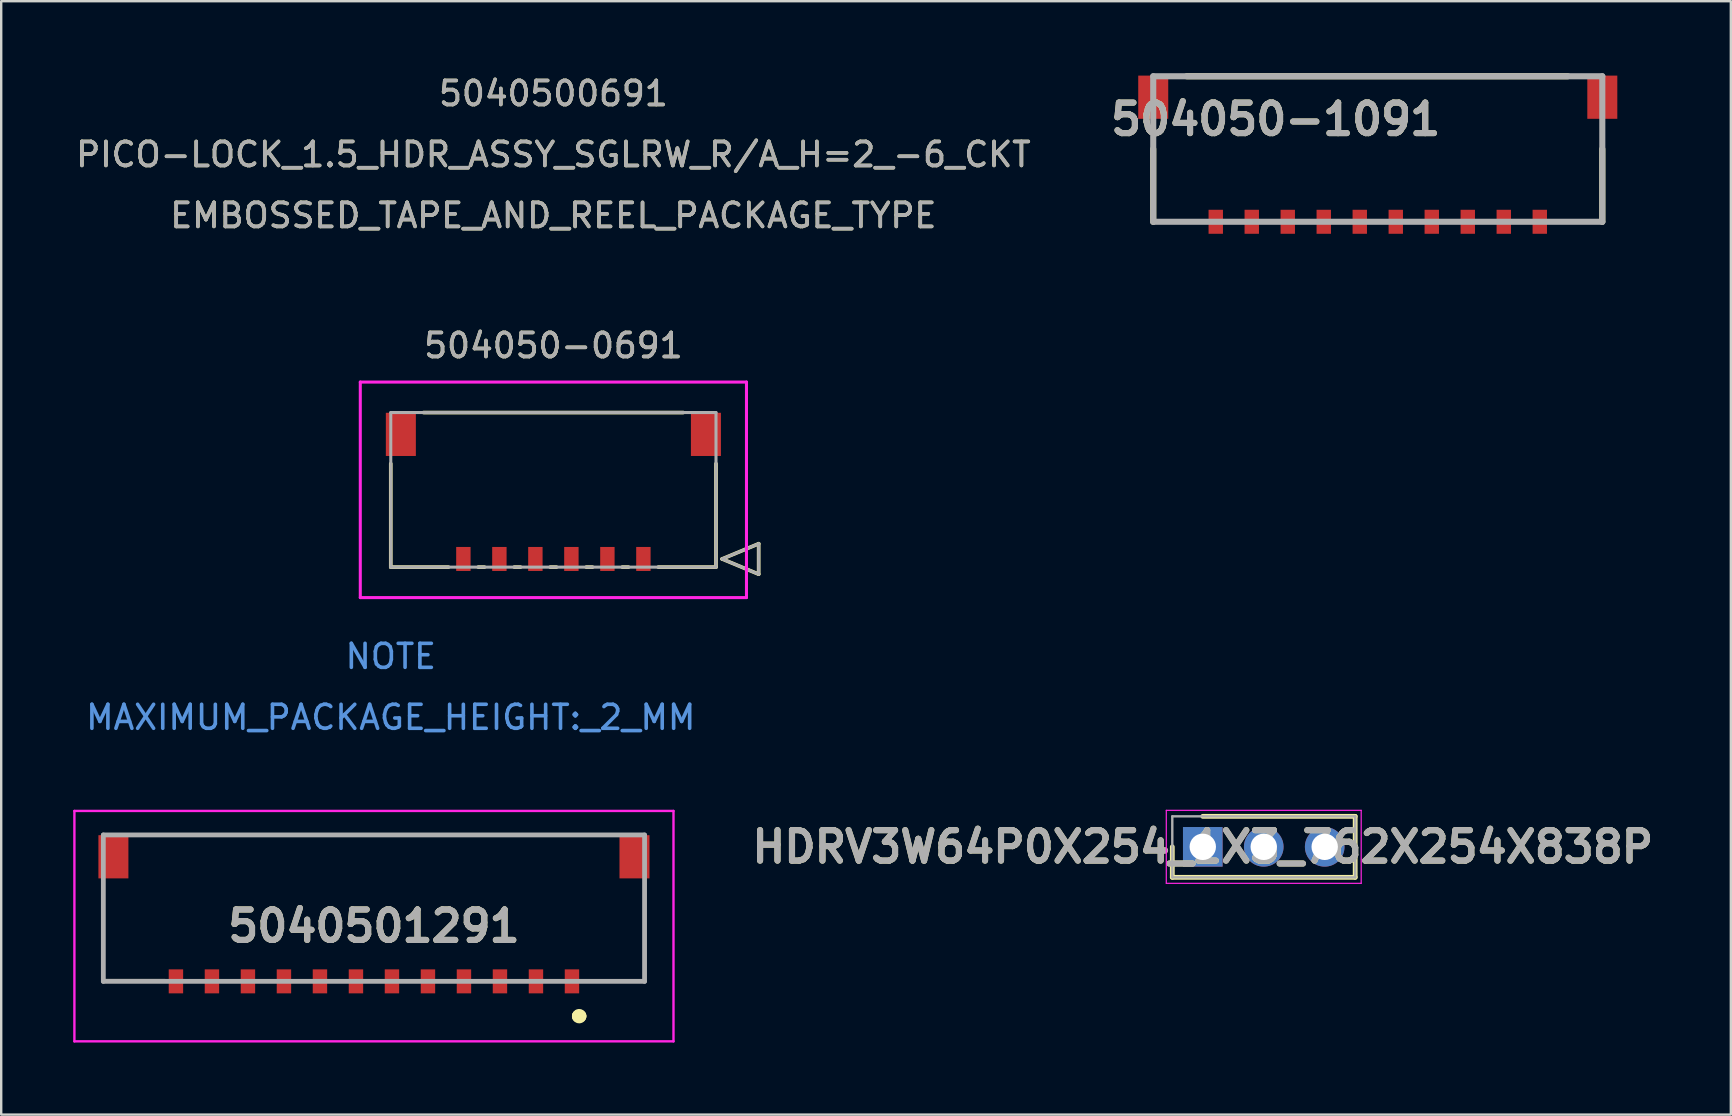
<source format=kicad_pcb>
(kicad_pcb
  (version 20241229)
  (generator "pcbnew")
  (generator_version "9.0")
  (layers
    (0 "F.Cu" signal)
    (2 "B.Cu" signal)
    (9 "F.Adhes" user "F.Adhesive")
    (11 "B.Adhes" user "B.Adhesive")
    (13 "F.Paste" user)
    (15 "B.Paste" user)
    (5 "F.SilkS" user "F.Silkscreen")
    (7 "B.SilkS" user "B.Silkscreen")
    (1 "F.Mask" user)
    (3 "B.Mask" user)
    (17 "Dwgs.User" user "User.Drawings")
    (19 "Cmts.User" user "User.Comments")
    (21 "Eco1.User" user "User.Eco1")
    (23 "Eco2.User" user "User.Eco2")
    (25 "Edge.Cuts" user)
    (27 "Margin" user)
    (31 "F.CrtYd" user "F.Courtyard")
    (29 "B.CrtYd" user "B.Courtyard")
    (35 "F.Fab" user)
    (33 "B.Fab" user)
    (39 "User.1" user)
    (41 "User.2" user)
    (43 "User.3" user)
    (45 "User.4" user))
  (footprint "HDRV3W64P0X254_1X3_762X254X838P"
    (layer "F.Cu")
    (at 47.062 32.232)
    (property "Reference" "HDRV3W64P0X254_1X3_762X254X838P" (at 0 0 0) (layer "F.SilkS") (effects (font (size 1.27 1.27) (thickness 0.254))))
    (attr through_hole)
    (fp_line (start -1.27 0) (end -1.27 1.27) (stroke (width 0.2) (type solid)) (layer "F.SilkS"))
    (fp_line (start -1.27 1.27) (end 6.35 1.27) (stroke (width 0.2) (type solid)) (layer "F.SilkS"))
    (fp_line (start 6.35 -1.27) (end 0 -1.27) (stroke (width 0.2) (type solid)) (layer "F.SilkS"))
    (fp_line (start 6.35 1.27) (end 6.35 -1.27) (stroke (width 0.2) (type solid)) (layer "F.SilkS"))
    (fp_line (start -1.52 -1.52) (end 6.6 -1.52) (stroke (width 0.05) (type solid)) (layer "F.CrtYd"))
    (fp_line (start -1.52 1.52) (end -1.52 -1.52) (stroke (width 0.05) (type solid)) (layer "F.CrtYd"))
    (fp_line (start 6.6 -1.52) (end 6.6 1.52) (stroke (width 0.05) (type solid)) (layer "F.CrtYd"))
    (fp_line (start 6.6 1.52) (end -1.52 1.52) (stroke (width 0.05) (type solid)) (layer "F.CrtYd"))
    (fp_line (start -1.27 -1.27) (end 6.35 -1.27) (stroke (width 0.1) (type solid)) (layer "F.Fab"))
    (fp_line (start -1.27 1.27) (end -1.27 -1.27) (stroke (width 0.1) (type solid)) (layer "F.Fab"))
    (fp_line (start 6.35 -1.27) (end 6.35 1.27) (stroke (width 0.1) (type solid)) (layer "F.Fab"))
    (fp_line (start 6.35 1.27) (end -1.27 1.27) (stroke (width 0.1) (type solid)) (layer "F.Fab"))
    (fp_text user "${REFERENCE}" (at 0 0 0) (layer "F.Fab") (effects (font (size 1.27 1.27) (thickness 0.254))))
    (pad "1" thru_hole rect (at 0 0) (size 1.65 1.65) (drill 1.1) (layers "*.Cu" "*.Mask"))
    (pad "2" thru_hole circle (at 2.54 0) (size 1.65 1.65) (drill 1.1) (layers "*.Cu" "*.Mask"))
    (pad "3" thru_hole circle (at 5.08 0) (size 1.65 1.65) (drill 1.1) (layers "*.Cu" "*.Mask")))
  (footprint "504050-1091"
    (layer "F.Cu")
    (at 61.103 6.19)
    (property "Reference" "504050-1091" (at -11.003 -4.269 0) (layer "F.SilkS") (effects (font (size 1.27 1.27) (thickness 0.254))))
    (attr smd)
    (fp_line (start -16.105 -3.032) (end -16.105 0) (stroke (width 0.254) (type solid)) (layer "F.SilkS"))
    (fp_line (start -14.712 -6.063) (end 1.17 -6.063) (stroke (width 0.254) (type solid)) (layer "F.SilkS"))
    (fp_line (start 2.605 -3.032) (end 2.605 0) (stroke (width 0.254) (type solid)) (layer "F.SilkS"))
    (fp_line (start -16.105 -6.063) (end 2.605 -6.063) (stroke (width 0.254) (type solid)) (layer "F.Fab"))
    (fp_line (start -16.105 0) (end -16.105 -6.063) (stroke (width 0.254) (type solid)) (layer "F.Fab"))
    (fp_line (start 2.605 -6.063) (end 2.605 0) (stroke (width 0.254) (type solid)) (layer "F.Fab"))
    (fp_line (start 2.605 0) (end -16.105 0) (stroke (width 0.254) (type solid)) (layer "F.Fab"))
    (fp_text user "${REFERENCE}" (at -11.003 -4.269 0) (layer "F.Fab") (effects (font (size 1.27 1.27) (thickness 0.254))))
    (pad "1" smd rect (at -13.5 0) (size 0.6 1) (layers "F.Cu" "F.Mask" "F.Paste"))
    (pad "2" smd rect (at -12 0) (size 0.6 1) (layers "F.Cu" "F.Mask" "F.Paste"))
    (pad "3" smd rect (at -10.5 0) (size 0.6 1) (layers "F.Cu" "F.Mask" "F.Paste"))
    (pad "4" smd rect (at -9 0) (size 0.6 1) (layers "F.Cu" "F.Mask" "F.Paste"))
    (pad "5" smd rect (at -7.5 0) (size 0.6 1) (layers "F.Cu" "F.Mask" "F.Paste"))
    (pad "6" smd rect (at -6 0) (size 0.6 1) (layers "F.Cu" "F.Mask" "F.Paste"))
    (pad "7" smd rect (at -4.5 0) (size 0.6 1) (layers "F.Cu" "F.Mask" "F.Paste"))
    (pad "8" smd rect (at -3 0) (size 0.6 1) (layers "F.Cu" "F.Mask" "F.Paste"))
    (pad "9" smd rect (at -1.5 0) (size 0.6 1) (layers "F.Cu" "F.Mask" "F.Paste"))
    (pad "10" smd rect (at 0 0) (size 0.6 1) (layers "F.Cu" "F.Mask" "F.Paste"))
    (pad "11" smd rect (at 2.605 -5.19) (size 1.25 1.8) (layers "F.Cu" "F.Mask" "F.Paste"))
    (pad "12" smd rect (at -16.105 -5.19) (size 1.25 1.8) (layers "F.Cu" "F.Mask" "F.Paste")))
  (footprint "504050-0691"
    (layer "F.Cu")
    (at 23.756 20.238)
    (property "Reference" "504050-0691" (at -3.75 -8.89 0) (unlocked yes) (layer "F.SilkS") (effects (font (size 1 1) (thickness 0.15))))
    (attr smd)
    (fp_line (start -10.525 -3.97) (end -10.525 0.34) (stroke (width 0.152) (type solid)) (layer "F.SilkS"))
    (fp_line (start -10.525 0.34) (end -8.12 0.34) (stroke (width 0.152) (type solid)) (layer "F.SilkS"))
    (fp_line (start -6.88 0.34) (end -6.62 0.34) (stroke (width 0.152) (type solid)) (layer "F.SilkS"))
    (fp_line (start -5.38 0.34) (end -5.12 0.34) (stroke (width 0.152) (type solid)) (layer "F.SilkS"))
    (fp_line (start -3.88 0.34) (end -3.62 0.34) (stroke (width 0.152) (type solid)) (layer "F.SilkS"))
    (fp_line (start -2.38 0.34) (end -2.12 0.34) (stroke (width 0.152) (type solid)) (layer "F.SilkS"))
    (fp_line (start -0.88 0.34) (end -0.62 0.34) (stroke (width 0.152) (type solid)) (layer "F.SilkS"))
    (fp_line (start 0.62 0.34) (end 3.025 0.34) (stroke (width 0.152) (type solid)) (layer "F.SilkS"))
    (fp_line (start 1.66 -6.1) (end -9.16 -6.1) (stroke (width 0.152) (type solid)) (layer "F.SilkS"))
    (fp_line (start 3.025 0.34) (end 3.025 -3.97) (stroke (width 0.152) (type solid)) (layer "F.SilkS"))
    (fp_line (start 3.279 0) (end 4.803 -0.635) (stroke (width 0.152) (type solid)) (layer "F.SilkS"))
    (fp_line (start 4.803 -0.635) (end 4.803 0.635) (stroke (width 0.152) (type solid)) (layer "F.SilkS"))
    (fp_line (start 4.803 0.635) (end 3.279 0) (stroke (width 0.152) (type solid)) (layer "F.SilkS"))
    (fp_line (start -11.795 -7.37) (end -11.795 1.61) (stroke (width 0.127) (type solid)) (layer "F.CrtYd"))
    (fp_line (start -11.795 1.61) (end 4.295 1.61) (stroke (width 0.127) (type solid)) (layer "F.CrtYd"))
    (fp_line (start 4.295 -7.37) (end -11.795 -7.37) (stroke (width 0.127) (type solid)) (layer "F.CrtYd"))
    (fp_line (start 4.295 1.61) (end 4.295 -7.37) (stroke (width 0.127) (type solid)) (layer "F.CrtYd"))
    (fp_line (start -10.525 -6.1) (end -10.525 0.34) (stroke (width 0.127) (type solid)) (layer "F.Fab"))
    (fp_line (start -10.525 0.34) (end 3.025 0.34) (stroke (width 0.127) (type solid)) (layer "F.Fab"))
    (fp_line (start 3.025 -6.1) (end -10.525 -6.1) (stroke (width 0.127) (type solid)) (layer "F.Fab"))
    (fp_line (start 3.025 0.34) (end 3.025 -6.1) (stroke (width 0.127) (type solid)) (layer "F.Fab"))
    (fp_line (start 3.279 0) (end 4.803 -0.635) (stroke (width 0.127) (type solid)) (layer "F.Fab"))
    (fp_line (start 4.803 -0.635) (end 4.803 0.635) (stroke (width 0.127) (type solid)) (layer "F.Fab"))
    (fp_line (start 4.803 0.635) (end 3.279 0) (stroke (width 0.127) (type solid)) (layer "F.Fab"))
    (fp_text user "5040500691" (at -3.75 -19.39 0) (unlocked yes) (layer "F.SilkS") (effects (font (size 1 1) (thickness 0.15))))
    (fp_text user "EMBOSSED_TAPE_AND_REEL_PACKAGE_TYPE" (at -3.75 -14.31 0) (unlocked yes) (layer "F.SilkS") (effects (font (size 1 1) (thickness 0.15))))
    (fp_text user "PICO-LOCK_1.5_HDR_ASSY_SGLRW_R/A_H=2_-6_CKT" (at -3.75 -16.85 0) (unlocked yes) (layer "F.SilkS") (effects (font (size 1 1) (thickness 0.15))))
    (fp_text user "NOTE" (at -10.525 4.06 0) (unlocked yes) (layer "Cmts.User") (effects (font (size 1 1) (thickness 0.15))))
    (fp_text user "MAXIMUM_PACKAGE_HEIGHT:_2_MM" (at -10.525 6.6 0) (unlocked yes) (layer "Cmts.User") (effects (font (size 1 1) (thickness 0.15))))
    (fp_text user "PICO-LOCK_1.5_HDR_ASSY_SGLRW_R/A_H=2_-6_CKT" (at -3.75 -16.85 0) (unlocked yes) (layer "F.Fab") (effects (font (size 1 1) (thickness 0.15))))
    (fp_text user "${REFERENCE}" (at -3.75 -8.89 0) (unlocked yes) (layer "F.Fab") (effects (font (size 1 1) (thickness 0.15))))
    (fp_text user "5040500691" (at -3.75 -19.39 0) (unlocked yes) (layer "F.Fab") (effects (font (size 1 1) (thickness 0.15))))
    (fp_text user "EMBOSSED_TAPE_AND_REEL_PACKAGE_TYPE" (at -3.75 -14.31 0) (unlocked yes) (layer "F.Fab") (effects (font (size 1 1) (thickness 0.15))))
    (pad "1" smd rect (at 0 0) (size 0.6 1) (layers "F.Cu" "F.Mask" "F.Paste"))
    (pad "2" smd rect (at -1.5 0) (size 0.6 1) (layers "F.Cu" "F.Mask" "F.Paste"))
    (pad "3" smd rect (at -3 0) (size 0.6 1) (layers "F.Cu" "F.Mask" "F.Paste"))
    (pad "4" smd rect (at -4.5 0) (size 0.6 1) (layers "F.Cu" "F.Mask" "F.Paste"))
    (pad "5" smd rect (at -6 0) (size 0.6 1) (layers "F.Cu" "F.Mask" "F.Paste"))
    (pad "6" smd rect (at -7.5 0) (size 0.6 1) (layers "F.Cu" "F.Mask" "F.Paste"))
    (pad "7" smd rect (at 2.605 -5.19) (size 1.25 1.8) (layers "F.Cu" "F.Mask" "F.Paste"))
    (pad "8" smd rect (at -10.105 -5.19) (size 1.25 1.8) (layers "F.Cu" "F.Mask" "F.Paste")))
  (footprint "5040501291"
    (layer "F.Cu")
    (at 12.53 34.787)
    (property "Reference" "5040501291" (at 0 0.75 0) (layer "F.SilkS") (effects (font (size 1.27 1.27) (thickness 0.254))))
    (attr smd)
    (fp_line (start -11.275 -1) (end -11.275 3) (stroke (width 0.1) (type solid)) (layer "F.SilkS"))
    (fp_line (start -11.275 3) (end -8.7 3) (stroke (width 0.1) (type solid)) (layer "F.SilkS"))
    (fp_line (start -10 -3.05) (end 10 -3.05) (stroke (width 0.1) (type solid)) (layer "F.SilkS"))
    (fp_line (start 8.5 4.5) (end 8.5 4.5) (stroke (width 0.5) (type solid)) (layer "F.SilkS"))
    (fp_line (start 8.6 4.5) (end 8.6 4.5) (stroke (width 0.5) (type solid)) (layer "F.SilkS"))
    (fp_line (start 11.275 -1) (end 11.275 3.05) (stroke (width 0.1) (type solid)) (layer "F.SilkS"))
    (fp_line (start 11.275 3.05) (end 8.7 3.05) (stroke (width 0.1) (type solid)) (layer "F.SilkS"))
    (fp_arc (start 8.5 4.5) (mid 8.55 4.45) (end 8.6 4.5) (stroke (width 0.5) (type solid)) (layer "F.SilkS"))
    (fp_arc (start 8.6 4.5) (mid 8.55 4.55) (end 8.5 4.5) (stroke (width 0.5) (type solid)) (layer "F.SilkS"))
    (fp_line (start -12.48 -4.05) (end 12.48 -4.05) (stroke (width 0.1) (type solid)) (layer "F.CrtYd"))
    (fp_line (start -12.48 5.55) (end -12.48 -4.05) (stroke (width 0.1) (type solid)) (layer "F.CrtYd"))
    (fp_line (start 12.48 -4.05) (end 12.48 5.55) (stroke (width 0.1) (type solid)) (layer "F.CrtYd"))
    (fp_line (start 12.48 5.55) (end -12.48 5.55) (stroke (width 0.1) (type solid)) (layer "F.CrtYd"))
    (fp_line (start -11.275 -3.05) (end 11.275 -3.05) (stroke (width 0.2) (type solid)) (layer "F.Fab"))
    (fp_line (start -11.275 3.05) (end -11.275 -3.05) (stroke (width 0.2) (type solid)) (layer "F.Fab"))
    (fp_line (start 11.275 -3.05) (end 11.275 3.05) (stroke (width 0.2) (type solid)) (layer "F.Fab"))
    (fp_line (start 11.275 3.05) (end -11.275 3.05) (stroke (width 0.2) (type solid)) (layer "F.Fab"))
    (fp_text user "${REFERENCE}" (at 0 0.75 0) (layer "F.Fab") (effects (font (size 1.27 1.27) (thickness 0.254))))
    (pad "1" smd rect (at 8.25 3.05) (size 0.6 1) (layers "F.Cu" "F.Mask" "F.Paste"))
    (pad "2" smd rect (at 6.75 3.05) (size 0.6 1) (layers "F.Cu" "F.Mask" "F.Paste"))
    (pad "3" smd rect (at 5.25 3.05) (size 0.6 1) (layers "F.Cu" "F.Mask" "F.Paste"))
    (pad "4" smd rect (at 3.75 3.05) (size 0.6 1) (layers "F.Cu" "F.Mask" "F.Paste"))
    (pad "5" smd rect (at 2.25 3.05) (size 0.6 1) (layers "F.Cu" "F.Mask" "F.Paste"))
    (pad "6" smd rect (at 0.75 3.05) (size 0.6 1) (layers "F.Cu" "F.Mask" "F.Paste"))
    (pad "7" smd rect (at -0.75 3.05) (size 0.6 1) (layers "F.Cu" "F.Mask" "F.Paste"))
    (pad "8" smd rect (at -2.25 3.05) (size 0.6 1) (layers "F.Cu" "F.Mask" "F.Paste"))
    (pad "9" smd rect (at -3.75 3.05) (size 0.6 1) (layers "F.Cu" "F.Mask" "F.Paste"))
    (pad "10" smd rect (at -5.25 3.05) (size 0.6 1) (layers "F.Cu" "F.Mask" "F.Paste"))
    (pad "11" smd rect (at -6.75 3.05) (size 0.6 1) (layers "F.Cu" "F.Mask" "F.Paste"))
    (pad "12" smd rect (at -8.25 3.05) (size 0.6 1) (layers "F.Cu" "F.Mask" "F.Paste"))
    (pad "MP1" smd rect (at -10.855 -2.14) (size 1.25 1.8) (layers "F.Cu" "F.Mask" "F.Paste"))
    (pad "MP2" smd rect (at 10.855 -2.14) (size 1.25 1.8) (layers "F.Cu" "F.Mask" "F.Paste")))
  (gr_rect
    (start -3 -3)
    (end 69.063 43.387)
    (stroke (width 0.1) (type default))
    (fill no)
    (layer "Edge.Cuts")))
</source>
